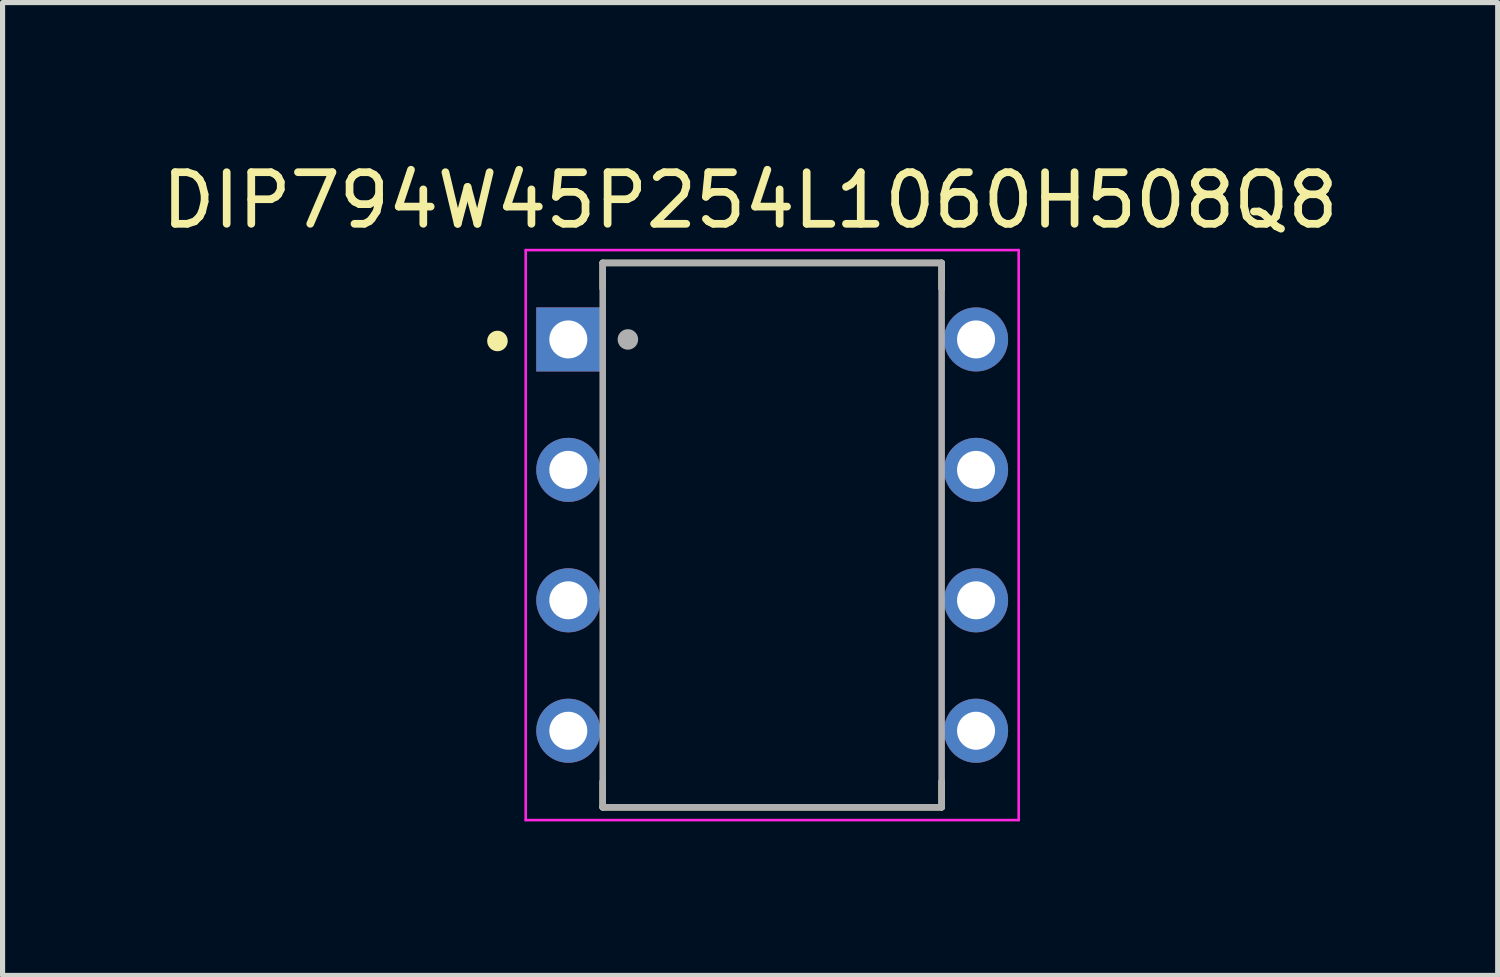
<source format=kicad_pcb>
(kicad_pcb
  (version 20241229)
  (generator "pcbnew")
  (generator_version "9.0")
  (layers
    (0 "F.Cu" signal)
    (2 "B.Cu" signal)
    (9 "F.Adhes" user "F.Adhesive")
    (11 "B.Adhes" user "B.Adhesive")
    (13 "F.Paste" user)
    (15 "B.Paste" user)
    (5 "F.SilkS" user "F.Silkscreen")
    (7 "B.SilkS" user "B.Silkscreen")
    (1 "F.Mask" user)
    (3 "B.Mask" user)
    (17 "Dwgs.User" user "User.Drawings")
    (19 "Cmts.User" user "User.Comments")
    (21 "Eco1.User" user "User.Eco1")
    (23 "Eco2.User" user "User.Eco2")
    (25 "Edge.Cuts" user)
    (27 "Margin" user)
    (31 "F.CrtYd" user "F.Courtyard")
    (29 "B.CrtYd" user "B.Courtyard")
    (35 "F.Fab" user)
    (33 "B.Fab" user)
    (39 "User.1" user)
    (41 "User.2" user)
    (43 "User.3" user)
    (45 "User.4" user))
  (footprint "DIP794W45P254L1060H508Q8"
    (layer "F.Cu")
    (at 11.987 7.37)
    (property "Reference" "DIP794W45P254L1060H508Q8" (at -0.429 -6.519 0) (layer "F.SilkS") (effects (font (size 1.005 1.005) (thickness 0.15))))
    (attr through_hole)
    (fp_line (start -3.3 -5.3) (end -3.3 -4.8) (stroke (width 0.127) (type solid)) (layer "F.SilkS"))
    (fp_line (start -3.3 -5.3) (end 3.3 -5.3) (stroke (width 0.127) (type solid)) (layer "F.SilkS"))
    (fp_line (start -3.3 4.8) (end -3.3 5.3) (stroke (width 0.127) (type solid)) (layer "F.SilkS"))
    (fp_line (start 3.3 -5.3) (end 3.3 -4.8) (stroke (width 0.127) (type solid)) (layer "F.SilkS"))
    (fp_line (start 3.3 4.8) (end 3.3 5.3) (stroke (width 0.127) (type solid)) (layer "F.SilkS"))
    (fp_line (start 3.3 5.3) (end -3.3 5.3) (stroke (width 0.127) (type solid)) (layer "F.SilkS"))
    (fp_circle (center -5.35 -3.78) (end -5.25 -3.78) (stroke (width 0.2) (type solid)) (fill no) (layer "F.SilkS"))
    (fp_line (start -4.8 -5.55) (end 4.8 -5.55) (stroke (width 0.05) (type solid)) (layer "F.CrtYd"))
    (fp_line (start -4.8 5.55) (end -4.8 -5.55) (stroke (width 0.05) (type solid)) (layer "F.CrtYd"))
    (fp_line (start 4.8 -5.55) (end 4.8 5.55) (stroke (width 0.05) (type solid)) (layer "F.CrtYd"))
    (fp_line (start 4.8 5.55) (end -4.8 5.55) (stroke (width 0.05) (type solid)) (layer "F.CrtYd"))
    (fp_line (start -3.3 -5.3) (end 3.3 -5.3) (stroke (width 0.127) (type solid)) (layer "F.Fab"))
    (fp_line (start -3.3 5.3) (end -3.3 -5.3) (stroke (width 0.127) (type solid)) (layer "F.Fab"))
    (fp_line (start 3.3 -5.3) (end 3.3 5.3) (stroke (width 0.127) (type solid)) (layer "F.Fab"))
    (fp_line (start 3.3 5.3) (end -3.3 5.3) (stroke (width 0.127) (type solid)) (layer "F.Fab"))
    (fp_circle (center -2.81 -3.81) (end -2.71 -3.81) (stroke (width 0.2) (type solid)) (fill no) (layer "F.Fab"))
    (pad "1" thru_hole rect (at -3.97 -3.81) (size 1.248 1.248) (drill 0.74) (layers "*.Cu" "*.Mask"))
    (pad "2" thru_hole circle (at -3.97 -1.27) (size 1.248 1.248) (drill 0.74) (layers "*.Cu" "*.Mask"))
    (pad "3" thru_hole circle (at -3.97 1.27) (size 1.248 1.248) (drill 0.74) (layers "*.Cu" "*.Mask"))
    (pad "4" thru_hole circle (at -3.97 3.81) (size 1.248 1.248) (drill 0.74) (layers "*.Cu" "*.Mask"))
    (pad "5" thru_hole circle (at 3.97 3.81) (size 1.248 1.248) (drill 0.74) (layers "*.Cu" "*.Mask"))
    (pad "6" thru_hole circle (at 3.97 1.27) (size 1.248 1.248) (drill 0.74) (layers "*.Cu" "*.Mask"))
    (pad "7" thru_hole circle (at 3.97 -1.27) (size 1.248 1.248) (drill 0.74) (layers "*.Cu" "*.Mask"))
    (pad "8" thru_hole circle (at 3.97 -3.81) (size 1.248 1.248) (drill 0.74) (layers "*.Cu" "*.Mask")))
  (gr_rect
    (start -3 -3)
    (end 26.115 15.945)
    (stroke (width 0.1) (type default))
    (fill no)
    (layer "Edge.Cuts")))
</source>
